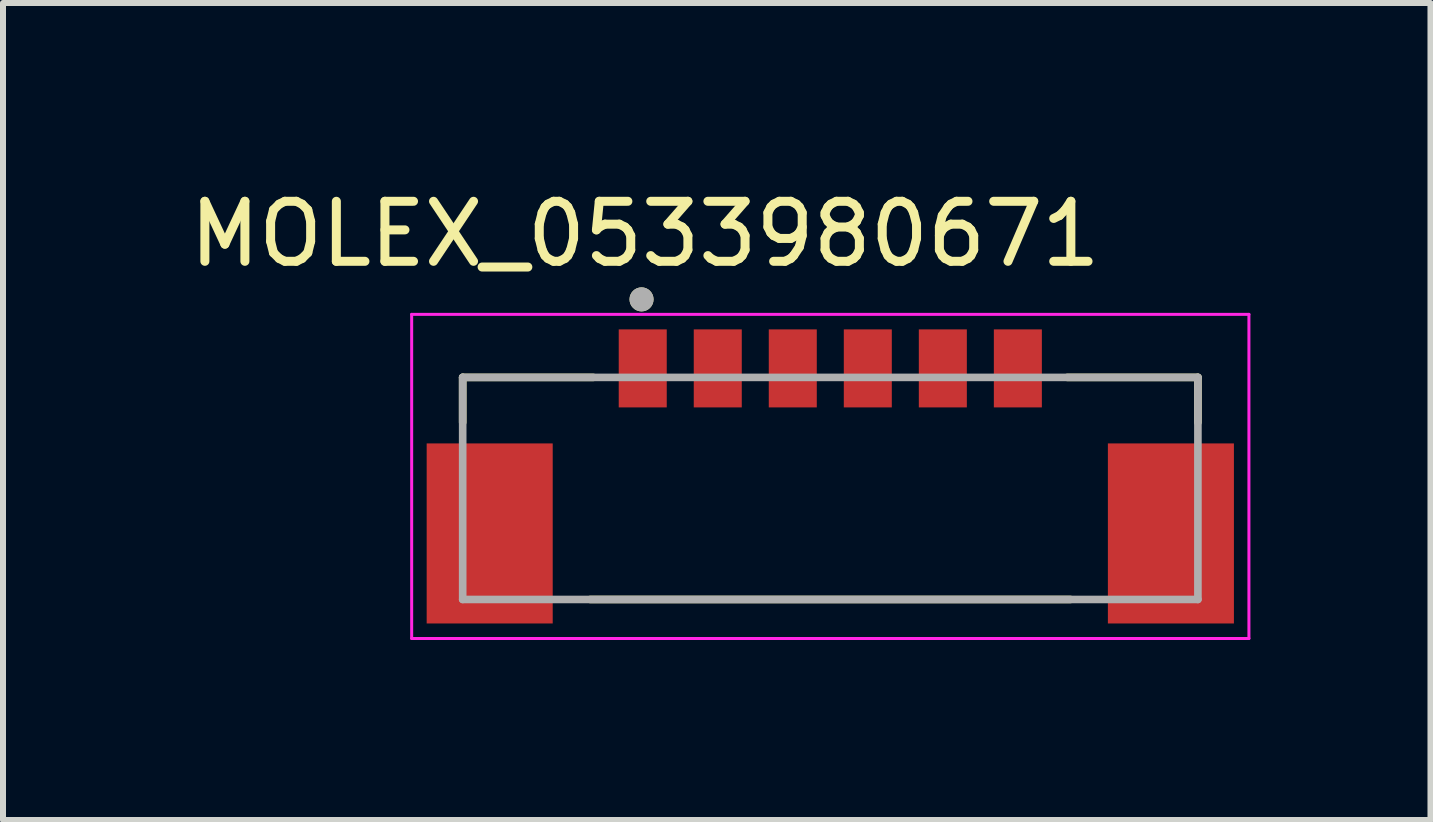
<source format=kicad_pcb>
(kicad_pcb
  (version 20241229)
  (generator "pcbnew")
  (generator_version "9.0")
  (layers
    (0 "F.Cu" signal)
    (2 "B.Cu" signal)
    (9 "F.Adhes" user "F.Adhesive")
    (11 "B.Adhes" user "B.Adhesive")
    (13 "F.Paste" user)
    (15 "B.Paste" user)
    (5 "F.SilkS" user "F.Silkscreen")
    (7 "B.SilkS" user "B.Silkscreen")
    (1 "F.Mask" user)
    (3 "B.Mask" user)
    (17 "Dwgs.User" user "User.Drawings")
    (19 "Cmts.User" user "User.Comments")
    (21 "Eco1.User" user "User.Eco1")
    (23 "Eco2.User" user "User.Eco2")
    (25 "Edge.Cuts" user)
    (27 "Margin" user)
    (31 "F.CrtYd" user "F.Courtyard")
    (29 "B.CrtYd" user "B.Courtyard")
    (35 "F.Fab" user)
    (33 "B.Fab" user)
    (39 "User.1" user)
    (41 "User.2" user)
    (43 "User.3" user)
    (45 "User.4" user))
  (footprint "MOLEX_0533980671"
    (layer "F.Cu")
    (at 10.784 3.738)
    (property "Reference" "MOLEX_0533980671" (at -3.087 -2.889 0) (layer "F.SilkS") (effects (font (size 1 1) (thickness 0.15))))
    (attr smd)
    (fp_line (start -6.125 -0.5) (end -3.95 -0.5) (stroke (width 0.127) (type solid)) (layer "F.SilkS"))
    (fp_line (start -6.125 0.25) (end -6.125 -0.5) (stroke (width 0.127) (type solid)) (layer "F.SilkS"))
    (fp_line (start -4 3.2) (end 4 3.2) (stroke (width 0.127) (type solid)) (layer "F.SilkS"))
    (fp_line (start 3.95 -0.5) (end 6.125 -0.5) (stroke (width 0.127) (type solid)) (layer "F.SilkS"))
    (fp_line (start 6.125 -0.5) (end 6.125 0.25) (stroke (width 0.127) (type solid)) (layer "F.SilkS"))
    (fp_circle (center -3.145 -1.8) (end -3.045 -1.8) (stroke (width 0.2) (type solid)) (fill no) (layer "F.SilkS"))
    (fp_line (start -6.975 -1.55) (end 6.975 -1.55) (stroke (width 0.05) (type solid)) (layer "F.CrtYd"))
    (fp_line (start -6.975 3.85) (end -6.975 -1.55) (stroke (width 0.05) (type solid)) (layer "F.CrtYd"))
    (fp_line (start 6.975 -1.55) (end 6.975 3.85) (stroke (width 0.05) (type solid)) (layer "F.CrtYd"))
    (fp_line (start 6.975 3.85) (end -6.975 3.85) (stroke (width 0.05) (type solid)) (layer "F.CrtYd"))
    (fp_line (start -6.125 -0.5) (end 6.125 -0.5) (stroke (width 0.127) (type solid)) (layer "F.Fab"))
    (fp_line (start -6.125 3.2) (end -6.125 -0.5) (stroke (width 0.127) (type solid)) (layer "F.Fab"))
    (fp_line (start 6.125 -0.5) (end 6.125 3.2) (stroke (width 0.127) (type solid)) (layer "F.Fab"))
    (fp_line (start 6.125 3.2) (end -6.125 3.2) (stroke (width 0.127) (type solid)) (layer "F.Fab"))
    (fp_circle (center -3.145 -1.8) (end -3.045 -1.8) (stroke (width 0.2) (type solid)) (fill no) (layer "F.Fab"))
    (pad "1" smd rect (at -3.125 -0.65) (size 0.8 1.3) (layers "F.Cu" "F.Mask" "F.Paste"))
    (pad "2" smd rect (at -1.875 -0.65) (size 0.8 1.3) (layers "F.Cu" "F.Mask" "F.Paste"))
    (pad "3" smd rect (at -0.625 -0.65) (size 0.8 1.3) (layers "F.Cu" "F.Mask" "F.Paste"))
    (pad "4" smd rect (at 0.625 -0.65) (size 0.8 1.3) (layers "F.Cu" "F.Mask" "F.Paste"))
    (pad "5" smd rect (at 1.875 -0.65) (size 0.8 1.3) (layers "F.Cu" "F.Mask" "F.Paste"))
    (pad "6" smd rect (at 3.125 -0.65) (size 0.8 1.3) (layers "F.Cu" "F.Mask" "F.Paste"))
    (pad "S1" smd rect (at -5.675 2.1) (size 2.1 3) (layers "F.Cu" "F.Mask" "F.Paste"))
    (pad "S2" smd rect (at 5.675 2.1) (size 2.1 3) (layers "F.Cu" "F.Mask" "F.Paste")))
  (gr_rect
    (start -3 -3)
    (end 20.784 10.613)
    (stroke (width 0.1) (type default))
    (fill no)
    (layer "Edge.Cuts")))
</source>
